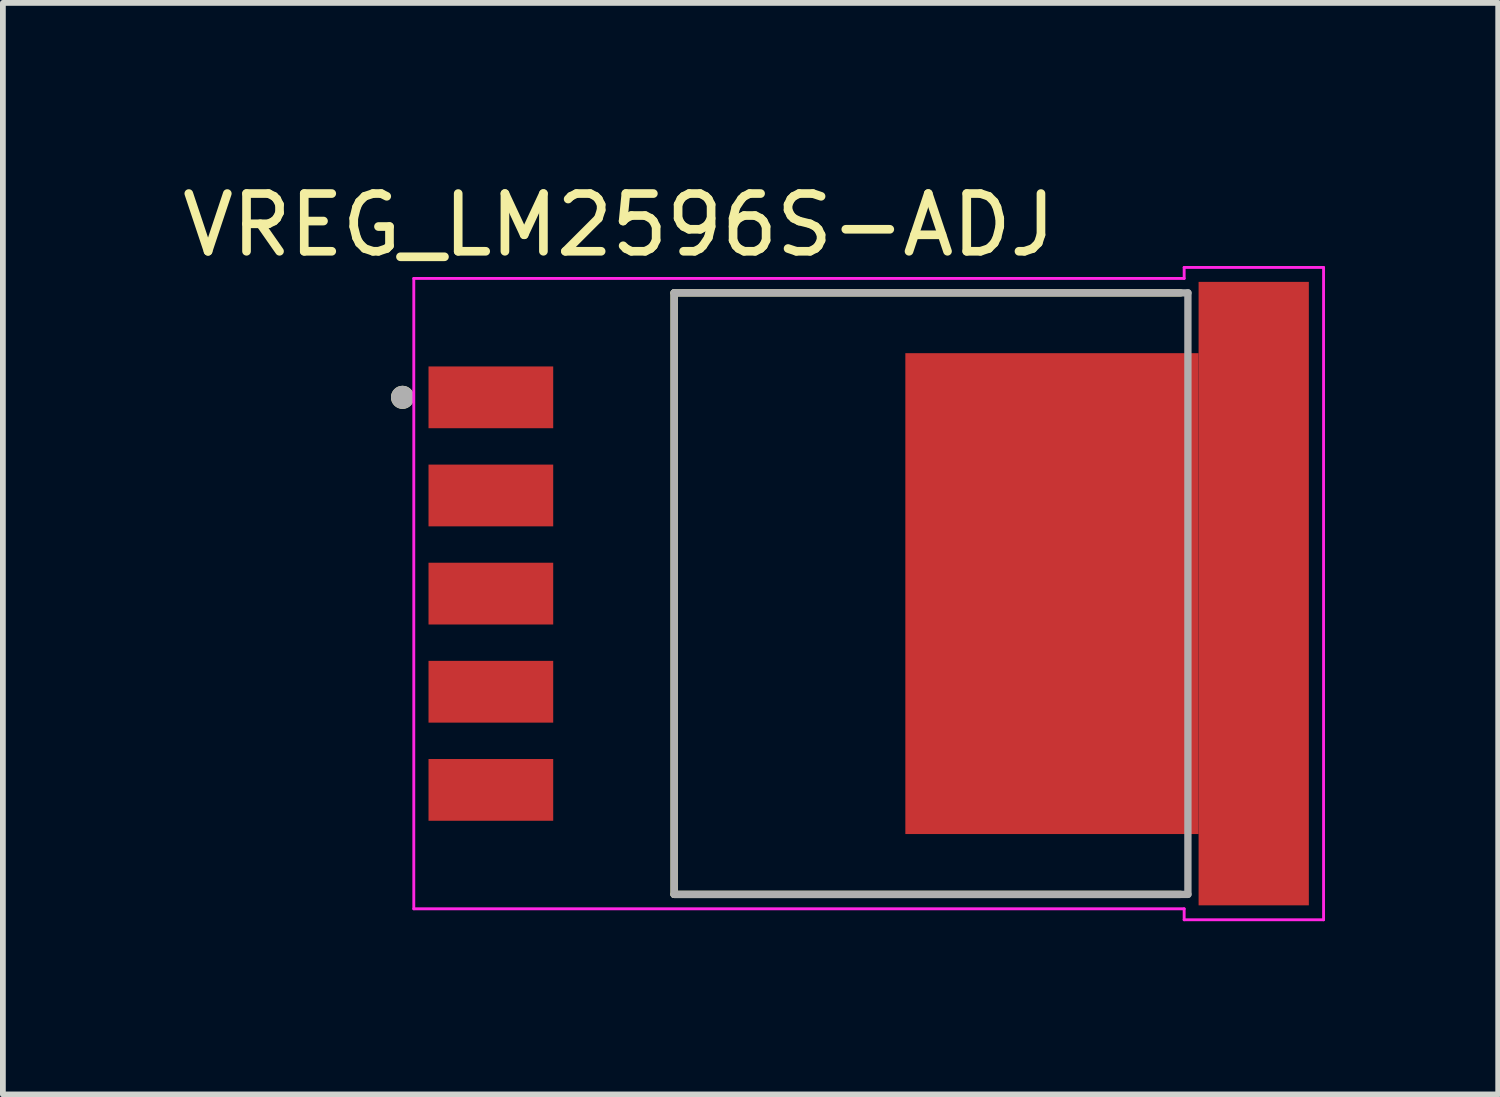
<source format=kicad_pcb>
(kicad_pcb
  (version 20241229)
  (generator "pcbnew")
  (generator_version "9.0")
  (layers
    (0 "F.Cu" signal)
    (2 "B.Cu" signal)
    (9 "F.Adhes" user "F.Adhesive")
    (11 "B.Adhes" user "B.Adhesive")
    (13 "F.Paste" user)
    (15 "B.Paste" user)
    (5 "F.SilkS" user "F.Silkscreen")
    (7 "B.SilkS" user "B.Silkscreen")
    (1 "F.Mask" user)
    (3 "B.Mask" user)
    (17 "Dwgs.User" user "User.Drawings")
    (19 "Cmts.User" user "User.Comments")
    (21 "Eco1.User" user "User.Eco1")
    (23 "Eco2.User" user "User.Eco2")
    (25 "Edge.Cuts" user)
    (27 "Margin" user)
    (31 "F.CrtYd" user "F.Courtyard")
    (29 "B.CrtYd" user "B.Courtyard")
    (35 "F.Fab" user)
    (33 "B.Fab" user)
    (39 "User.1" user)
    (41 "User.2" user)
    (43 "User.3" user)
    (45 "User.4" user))
  (footprint "VREG_LM2596S-ADJ"
    (layer "F.Cu")
    (at 11.998 7.233)
    (property "Reference" "VREG_LM2596S-ADJ" (at -4.325 -6.385 0) (layer "F.SilkS") (effects (font (size 1 1) (thickness 0.15))))
    (attr smd)
    (fp_line (start -3.37 -5.21) (end -3.37 5.21) (stroke (width 0.127) (type solid)) (layer "F.SilkS"))
    (fp_line (start -3.37 -5.21) (end 5.402 -5.21) (stroke (width 0.127) (type solid)) (layer "F.SilkS"))
    (fp_line (start -3.37 5.21) (end 5.402 5.21) (stroke (width 0.127) (type solid)) (layer "F.SilkS"))
    (fp_circle (center -8.075 -3.4) (end -7.975 -3.4) (stroke (width 0.2) (type solid)) (fill no) (layer "F.SilkS"))
    (fp_poly (pts (xy 1.005 -3.93) (xy 2.595 -3.93) (xy 2.595 -2.71) (xy 1.005 -2.71)) (stroke (width 0.01) (type solid)) (fill yes) (layer "F.Paste"))
    (fp_poly (pts (xy 1.005 -2.27) (xy 2.595 -2.27) (xy 2.595 -1.05) (xy 1.005 -1.05)) (stroke (width 0.01) (type solid)) (fill yes) (layer "F.Paste"))
    (fp_poly (pts (xy 1.005 -0.61) (xy 2.595 -0.61) (xy 2.595 0.61) (xy 1.005 0.61)) (stroke (width 0.01) (type solid)) (fill yes) (layer "F.Paste"))
    (fp_poly (pts (xy 1.005 1.05) (xy 2.595 1.05) (xy 2.595 2.27) (xy 1.005 2.27)) (stroke (width 0.01) (type solid)) (fill yes) (layer "F.Paste"))
    (fp_poly (pts (xy 1.005 2.71) (xy 2.595 2.71) (xy 2.595 3.93) (xy 1.005 3.93)) (stroke (width 0.01) (type solid)) (fill yes) (layer "F.Paste"))
    (fp_poly (pts (xy 3.335 -3.93) (xy 4.925 -3.93) (xy 4.925 -2.71) (xy 3.335 -2.71)) (stroke (width 0.01) (type solid)) (fill yes) (layer "F.Paste"))
    (fp_poly (pts (xy 3.335 -2.27) (xy 4.925 -2.27) (xy 4.925 -1.05) (xy 3.335 -1.05)) (stroke (width 0.01) (type solid)) (fill yes) (layer "F.Paste"))
    (fp_poly (pts (xy 3.335 -0.61) (xy 4.925 -0.61) (xy 4.925 0.61) (xy 3.335 0.61)) (stroke (width 0.01) (type solid)) (fill yes) (layer "F.Paste"))
    (fp_poly (pts (xy 3.335 1.05) (xy 4.925 1.05) (xy 4.925 2.27) (xy 3.335 2.27)) (stroke (width 0.01) (type solid)) (fill yes) (layer "F.Paste"))
    (fp_poly (pts (xy 3.335 2.71) (xy 4.925 2.71) (xy 4.925 3.93) (xy 3.335 3.93)) (stroke (width 0.01) (type solid)) (fill yes) (layer "F.Paste"))
    (fp_poly (pts (xy 5.665 -3.93) (xy 7.255 -3.93) (xy 7.255 -2.71) (xy 5.665 -2.71)) (stroke (width 0.01) (type solid)) (fill yes) (layer "F.Paste"))
    (fp_poly (pts (xy 5.665 -2.27) (xy 7.255 -2.27) (xy 7.255 -1.05) (xy 5.665 -1.05)) (stroke (width 0.01) (type solid)) (fill yes) (layer "F.Paste"))
    (fp_poly (pts (xy 5.665 -0.61) (xy 7.255 -0.61) (xy 7.255 0.61) (xy 5.665 0.61)) (stroke (width 0.01) (type solid)) (fill yes) (layer "F.Paste"))
    (fp_poly (pts (xy 5.665 1.05) (xy 7.255 1.05) (xy 7.255 2.27) (xy 5.665 2.27)) (stroke (width 0.01) (type solid)) (fill yes) (layer "F.Paste"))
    (fp_poly (pts (xy 5.665 2.71) (xy 7.255 2.71) (xy 7.255 3.93) (xy 5.665 3.93)) (stroke (width 0.01) (type solid)) (fill yes) (layer "F.Paste"))
    (fp_line (start -7.88 -5.46) (end -7.88 5.46) (stroke (width 0.05) (type solid)) (layer "F.CrtYd"))
    (fp_line (start -7.88 5.46) (end 5.465 5.46) (stroke (width 0.05) (type solid)) (layer "F.CrtYd"))
    (fp_line (start 5.465 -5.65) (end 5.465 -5.46) (stroke (width 0.05) (type solid)) (layer "F.CrtYd"))
    (fp_line (start 5.465 -5.46) (end -7.88 -5.46) (stroke (width 0.05) (type solid)) (layer "F.CrtYd"))
    (fp_line (start 5.465 5.46) (end 5.465 5.65) (stroke (width 0.05) (type solid)) (layer "F.CrtYd"))
    (fp_line (start 5.465 5.65) (end 7.88 5.65) (stroke (width 0.05) (type solid)) (layer "F.CrtYd"))
    (fp_line (start 7.88 -5.65) (end 5.465 -5.65) (stroke (width 0.05) (type solid)) (layer "F.CrtYd"))
    (fp_line (start 7.88 5.65) (end 7.88 -5.65) (stroke (width 0.05) (type solid)) (layer "F.CrtYd"))
    (fp_line (start -3.37 -5.21) (end -3.37 5.21) (stroke (width 0.127) (type solid)) (layer "F.Fab"))
    (fp_line (start -3.37 5.21) (end 5.53 5.21) (stroke (width 0.127) (type solid)) (layer "F.Fab"))
    (fp_line (start 5.53 -5.21) (end -3.37 -5.21) (stroke (width 0.127) (type solid)) (layer "F.Fab"))
    (fp_line (start 5.53 5.21) (end 5.53 -5.21) (stroke (width 0.127) (type solid)) (layer "F.Fab"))
    (fp_circle (center -8.075 -3.4) (end -7.975 -3.4) (stroke (width 0.2) (type solid)) (fill no) (layer "F.Fab"))
    (pad "1" smd rect (at -6.545 -3.4) (size 2.16 1.07) (layers "F.Cu" "F.Mask" "F.Paste"))
    (pad "2" smd rect (at -6.545 -1.7) (size 2.16 1.07) (layers "F.Cu" "F.Mask" "F.Paste"))
    (pad "3" smd rect (at -6.545 0) (size 2.16 1.07) (layers "F.Cu" "F.Mask" "F.Paste"))
    (pad "4" smd rect (at -6.545 1.7) (size 2.16 1.07) (layers "F.Cu" "F.Mask" "F.Paste"))
    (pad "5" smd rect (at -6.545 3.4) (size 2.16 1.07) (layers "F.Cu" "F.Mask" "F.Paste"))
    (pad "6" smd rect (at 3.175 0) (size 5.08 8.33) (layers "F.Cu" "F.Mask"))
    (pad "7" smd rect (at 6.67 0) (size 1.91 10.8) (layers "F.Cu" "F.Mask")))
  (gr_rect
    (start -3 -3)
    (end 22.903 15.908)
    (stroke (width 0.1) (type default))
    (fill no)
    (layer "Edge.Cuts")))
</source>
